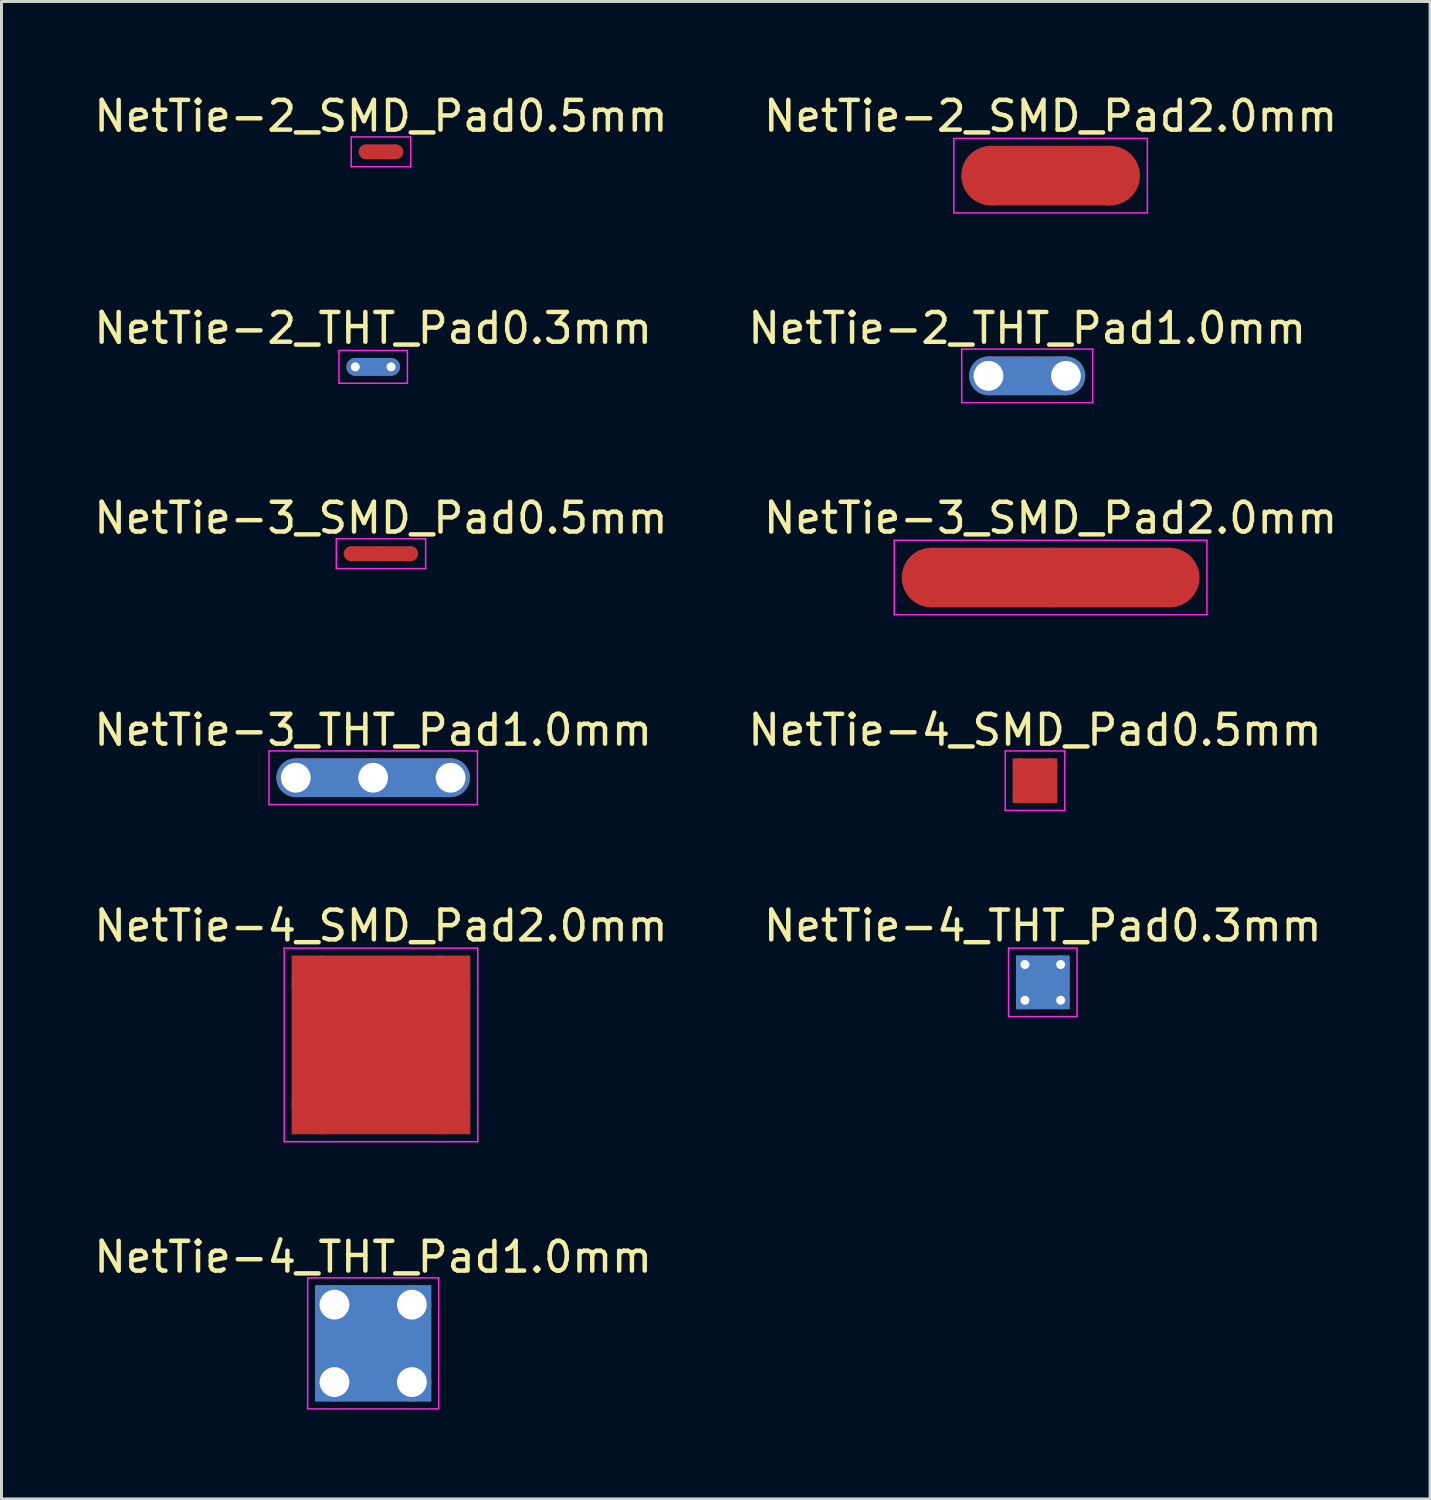
<source format=kicad_pcb>
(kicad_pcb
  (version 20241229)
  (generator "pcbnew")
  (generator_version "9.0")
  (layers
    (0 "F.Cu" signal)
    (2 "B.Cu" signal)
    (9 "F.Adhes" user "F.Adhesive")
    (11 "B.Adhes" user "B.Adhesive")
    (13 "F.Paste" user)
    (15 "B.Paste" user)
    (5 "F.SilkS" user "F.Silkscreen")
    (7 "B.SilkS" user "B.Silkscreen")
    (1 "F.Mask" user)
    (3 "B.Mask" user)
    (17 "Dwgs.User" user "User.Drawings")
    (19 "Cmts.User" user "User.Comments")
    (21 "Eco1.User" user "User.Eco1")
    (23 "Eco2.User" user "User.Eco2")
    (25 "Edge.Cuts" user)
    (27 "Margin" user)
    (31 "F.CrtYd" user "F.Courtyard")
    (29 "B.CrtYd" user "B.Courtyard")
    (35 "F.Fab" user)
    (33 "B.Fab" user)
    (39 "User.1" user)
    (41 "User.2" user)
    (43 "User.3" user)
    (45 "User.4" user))
  (footprint "NetTie-3_SMD_Pad2.0mm"
    (layer "F.Cu")
    (at 32.232 16.345)
    (property "Reference" "NetTie-3_SMD_Pad2.0mm" (at 0 -2 0) (layer "F.SilkS") (effects (font (size 1 1) (thickness 0.15))))
    (attr exclude_from_pos_files exclude_from_bom)
    (fp_poly (pts (xy -4 -1) (xy 4 -1) (xy 4 1) (xy -4 1)) (stroke (width 0) (type solid)) (fill yes) (layer "F.Cu"))
    (fp_line (start -5.25 -1.25) (end 5.25 -1.25) (stroke (width 0.05) (type solid)) (layer "F.CrtYd"))
    (fp_line (start -5.25 1.25) (end -5.25 -1.25) (stroke (width 0.05) (type solid)) (layer "F.CrtYd"))
    (fp_line (start 5.25 -1.25) (end 5.25 1.25) (stroke (width 0.05) (type solid)) (layer "F.CrtYd"))
    (fp_line (start 5.25 1.25) (end -5.25 1.25) (stroke (width 0.05) (type solid)) (layer "F.CrtYd"))
    (pad "1" smd circle (at -4 0) (size 2 2) (layers "F.Cu"))
    (pad "2" smd circle (at 0 0) (size 2 2) (layers "F.Cu"))
    (pad "3" smd circle (at 4 0) (size 2 2) (layers "F.Cu")))
  (footprint "NetTie-4_THT_Pad1.0mm"
    (layer "F.Cu")
    (at 8.182 40.764)
    (property "Reference" "NetTie-4_THT_Pad1.0mm" (at 1.3 -1.6 0) (layer "F.SilkS") (effects (font (size 1 1) (thickness 0.15))))
    (attr exclude_from_pos_files exclude_from_bom)
    (fp_poly (pts (xy -0.65 -0.65) (xy 3.25 -0.65) (xy 3.25 3.25) (xy -0.65 3.25)) (stroke (width 0) (type solid)) (fill yes) (layer "F.Cu"))
    (fp_poly (pts (xy -0.65 -0.65) (xy 3.25 -0.65) (xy 3.25 3.25) (xy -0.65 3.25)) (stroke (width 0) (type solid)) (fill yes) (layer "B.Cu"))
    (fp_line (start -0.9 -0.9) (end 3.5 -0.9) (stroke (width 0.05) (type solid)) (layer "F.CrtYd"))
    (fp_line (start -0.9 3.5) (end -0.9 -0.9) (stroke (width 0.05) (type solid)) (layer "F.CrtYd"))
    (fp_line (start 3.5 -0.9) (end 3.5 3.5) (stroke (width 0.05) (type solid)) (layer "F.CrtYd"))
    (fp_line (start 3.5 3.5) (end -0.9 3.5) (stroke (width 0.05) (type solid)) (layer "F.CrtYd"))
    (pad "1" thru_hole circle (at 0 0) (size 1.3 1.3) (drill 1) (layers "*.Cu"))
    (pad "2" thru_hole circle (at 2.6 0) (size 1.3 1.3) (drill 1) (layers "*.Cu"))
    (pad "3" thru_hole circle (at 0 2.6) (size 1.3 1.3) (drill 1) (layers "*.Cu"))
    (pad "4" thru_hole circle (at 2.6 2.6) (size 1.3 1.3) (drill 1) (layers "*.Cu")))
  (footprint "NetTie-4_THT_Pad0.3mm"
    (layer "F.Cu")
    (at 31.37 29.341)
    (property "Reference" "NetTie-4_THT_Pad0.3mm" (at 0.6 -1.3 0) (layer "F.SilkS") (effects (font (size 1 1) (thickness 0.15))))
    (attr exclude_from_pos_files exclude_from_bom)
    (fp_poly (pts (xy -0.3 -0.3) (xy 1.5 -0.3) (xy 1.5 1.5) (xy -0.3 1.5)) (stroke (width 0) (type solid)) (fill yes) (layer "F.Cu"))
    (fp_poly (pts (xy -0.3 -0.3) (xy 1.5 -0.3) (xy 1.5 1.5) (xy -0.3 1.5)) (stroke (width 0) (type solid)) (fill yes) (layer "B.Cu"))
    (fp_line (start -0.55 -0.55) (end 1.75 -0.55) (stroke (width 0.05) (type solid)) (layer "F.CrtYd"))
    (fp_line (start -0.55 1.75) (end -0.55 -0.55) (stroke (width 0.05) (type solid)) (layer "F.CrtYd"))
    (fp_line (start 1.75 -0.55) (end 1.75 1.75) (stroke (width 0.05) (type solid)) (layer "F.CrtYd"))
    (fp_line (start 1.75 1.75) (end -0.55 1.75) (stroke (width 0.05) (type solid)) (layer "F.CrtYd"))
    (pad "1" thru_hole circle (at 0 0) (size 0.6 0.6) (drill 0.3) (layers "*.Cu"))
    (pad "2" thru_hole circle (at 1.2 0) (size 0.6 0.6) (drill 0.3) (layers "*.Cu"))
    (pad "3" thru_hole circle (at 0 1.2) (size 0.6 0.6) (drill 0.3) (layers "*.Cu"))
    (pad "4" thru_hole circle (at 1.2 1.2) (size 0.6 0.6) (drill 0.3) (layers "*.Cu")))
  (footprint "NetTie-4_SMD_Pad0.5mm"
    (layer "F.Cu")
    (at 31.708 23.168)
    (property "Reference" "NetTie-4_SMD_Pad0.5mm" (at 0 -1.7 0) (layer "F.SilkS") (effects (font (size 1 1) (thickness 0.15))))
    (attr exclude_from_pos_files exclude_from_bom)
    (fp_poly (pts (xy -0.75 -0.75) (xy 0.75 -0.75) (xy 0.75 0.75) (xy -0.75 0.75)) (stroke (width 0) (type solid)) (fill yes) (layer "F.Cu"))
    (fp_line (start -1 -1) (end -1 1) (stroke (width 0.05) (type solid)) (layer "F.CrtYd"))
    (fp_line (start -1 1) (end 1 1) (stroke (width 0.05) (type solid)) (layer "F.CrtYd"))
    (fp_line (start 1 -1) (end -1 -1) (stroke (width 0.05) (type solid)) (layer "F.CrtYd"))
    (fp_line (start 1 1) (end 1 -1) (stroke (width 0.05) (type solid)) (layer "F.CrtYd"))
    (pad "1" smd circle (at -0.5 -0.5) (size 0.5 0.5) (layers "F.Cu"))
    (pad "2" smd circle (at 0.5 -0.5) (size 0.5 0.5) (layers "F.Cu"))
    (pad "3" smd circle (at -0.5 0.5) (size 0.5 0.5) (layers "F.Cu"))
    (pad "4" smd circle (at 0.5 0.5) (size 0.5 0.5) (layers "F.Cu")))
  (footprint "NetTie-2_SMD_Pad0.5mm"
    (layer "F.Cu")
    (at 9.744 2.048)
    (property "Reference" "NetTie-2_SMD_Pad0.5mm" (at 0 -1.2 0) (layer "F.SilkS") (effects (font (size 1 1) (thickness 0.15))))
    (attr exclude_from_pos_files exclude_from_bom)
    (fp_poly (pts (xy -0.5 -0.25) (xy 0.5 -0.25) (xy 0.5 0.25) (xy -0.5 0.25)) (stroke (width 0) (type solid)) (fill yes) (layer "F.Cu"))
    (fp_line (start -1 -0.5) (end -1 0.5) (stroke (width 0.05) (type solid)) (layer "F.CrtYd"))
    (fp_line (start -1 0.5) (end 1 0.5) (stroke (width 0.05) (type solid)) (layer "F.CrtYd"))
    (fp_line (start 1 -0.5) (end -1 -0.5) (stroke (width 0.05) (type solid)) (layer "F.CrtYd"))
    (fp_line (start 1 0.5) (end 1 -0.5) (stroke (width 0.05) (type solid)) (layer "F.CrtYd"))
    (pad "1" smd circle (at -0.5 0) (size 0.5 0.5) (layers "F.Cu"))
    (pad "2" smd circle (at 0.5 0) (size 0.5 0.5) (layers "F.Cu")))
  (footprint "NetTie-2_THT_Pad1.0mm"
    (layer "F.Cu")
    (at 30.146 9.572)
    (property "Reference" "NetTie-2_THT_Pad1.0mm" (at 1.3 -1.6 0) (layer "F.SilkS") (effects (font (size 1 1) (thickness 0.15))))
    (attr exclude_from_pos_files exclude_from_bom)
    (fp_poly (pts (xy 0 -0.65) (xy 2.6 -0.65) (xy 2.6 0.65) (xy 0 0.65)) (stroke (width 0) (type solid)) (fill yes) (layer "F.Cu"))
    (fp_poly (pts (xy 0 -0.65) (xy 2.6 -0.65) (xy 2.6 0.65) (xy 0 0.65)) (stroke (width 0) (type solid)) (fill yes) (layer "B.Cu"))
    (fp_line (start -0.9 -0.9) (end 3.5 -0.9) (stroke (width 0.05) (type solid)) (layer "F.CrtYd"))
    (fp_line (start -0.9 0.9) (end -0.9 -0.9) (stroke (width 0.05) (type solid)) (layer "F.CrtYd"))
    (fp_line (start 3.5 -0.9) (end 3.5 0.9) (stroke (width 0.05) (type solid)) (layer "F.CrtYd"))
    (fp_line (start 3.5 0.9) (end -0.9 0.9) (stroke (width 0.05) (type solid)) (layer "F.CrtYd"))
    (pad "1" thru_hole circle (at 0 0) (size 1.3 1.3) (drill 1) (layers "*.Cu"))
    (pad "2" thru_hole circle (at 2.6 0) (size 1.3 1.3) (drill 1) (layers "*.Cu")))
  (footprint "NetTie-3_THT_Pad1.0mm"
    (layer "F.Cu")
    (at 6.882 23.068)
    (property "Reference" "NetTie-3_THT_Pad1.0mm" (at 2.6 -1.6 0) (layer "F.SilkS") (effects (font (size 1 1) (thickness 0.15))))
    (attr exclude_from_pos_files exclude_from_bom)
    (fp_poly (pts (xy 0 -0.65) (xy 5.2 -0.65) (xy 5.2 0.65) (xy 0 0.65)) (stroke (width 0) (type solid)) (fill yes) (layer "F.Cu"))
    (fp_poly (pts (xy 0 -0.65) (xy 5.2 -0.65) (xy 5.2 0.65) (xy 0 0.65)) (stroke (width 0) (type solid)) (fill yes) (layer "B.Cu"))
    (fp_line (start -0.9 -0.9) (end 6.1 -0.9) (stroke (width 0.05) (type solid)) (layer "F.CrtYd"))
    (fp_line (start -0.9 0.9) (end -0.9 -0.9) (stroke (width 0.05) (type solid)) (layer "F.CrtYd"))
    (fp_line (start 6.1 -0.9) (end 6.1 0.9) (stroke (width 0.05) (type solid)) (layer "F.CrtYd"))
    (fp_line (start 6.1 0.9) (end -0.9 0.9) (stroke (width 0.05) (type solid)) (layer "F.CrtYd"))
    (pad "1" thru_hole circle (at 0 0) (size 1.3 1.3) (drill 1) (layers "*.Cu"))
    (pad "2" thru_hole circle (at 2.6 0) (size 1.3 1.3) (drill 1) (layers "*.Cu"))
    (pad "3" thru_hole circle (at 5.2 0) (size 1.3 1.3) (drill 1) (layers "*.Cu")))
  (footprint "NetTie-2_SMD_Pad2.0mm"
    (layer "F.Cu")
    (at 32.232 2.848)
    (property "Reference" "NetTie-2_SMD_Pad2.0mm" (at 0 -2 0) (layer "F.SilkS") (effects (font (size 1 1) (thickness 0.15))))
    (attr exclude_from_pos_files exclude_from_bom)
    (fp_poly (pts (xy -2 -1) (xy 2 -1) (xy 2 1) (xy -2 1)) (stroke (width 0) (type solid)) (fill yes) (layer "F.Cu"))
    (fp_line (start -3.25 -1.25) (end 3.25 -1.25) (stroke (width 0.05) (type solid)) (layer "F.CrtYd"))
    (fp_line (start -3.25 1.25) (end -3.25 -1.25) (stroke (width 0.05) (type solid)) (layer "F.CrtYd"))
    (fp_line (start 3.25 -1.25) (end 3.25 1.25) (stroke (width 0.05) (type solid)) (layer "F.CrtYd"))
    (fp_line (start 3.25 1.25) (end -3.25 1.25) (stroke (width 0.05) (type solid)) (layer "F.CrtYd"))
    (pad "1" smd circle (at -2 0) (size 2 2) (layers "F.Cu"))
    (pad "2" smd circle (at 2 0) (size 2 2) (layers "F.Cu")))
  (footprint "NetTie-3_SMD_Pad0.5mm"
    (layer "F.Cu")
    (at 9.744 15.545)
    (property "Reference" "NetTie-3_SMD_Pad0.5mm" (at 0 -1.2 0) (layer "F.SilkS") (effects (font (size 1 1) (thickness 0.15))))
    (attr exclude_from_pos_files exclude_from_bom)
    (fp_poly (pts (xy -1 -0.25) (xy 1 -0.25) (xy 1 0.25) (xy -1 0.25)) (stroke (width 0) (type solid)) (fill yes) (layer "F.Cu"))
    (fp_line (start -1.5 -0.5) (end -1.5 0.5) (stroke (width 0.05) (type solid)) (layer "F.CrtYd"))
    (fp_line (start -1.5 0.5) (end 1.5 0.5) (stroke (width 0.05) (type solid)) (layer "F.CrtYd"))
    (fp_line (start 1.5 -0.5) (end -1.5 -0.5) (stroke (width 0.05) (type solid)) (layer "F.CrtYd"))
    (fp_line (start 1.5 0.5) (end 1.5 -0.5) (stroke (width 0.05) (type solid)) (layer "F.CrtYd"))
    (pad "1" smd circle (at -1 0) (size 0.5 0.5) (layers "F.Cu"))
    (pad "2" smd circle (at 0 0) (size 0.5 0.5) (layers "F.Cu"))
    (pad "3" smd circle (at 1 0) (size 0.5 0.5) (layers "F.Cu")))
  (footprint "NetTie-2_THT_Pad0.3mm"
    (layer "F.Cu")
    (at 8.882 9.271)
    (property "Reference" "NetTie-2_THT_Pad0.3mm" (at 0.6 -1.3 0) (layer "F.SilkS") (effects (font (size 1 1) (thickness 0.15))))
    (attr exclude_from_pos_files exclude_from_bom)
    (fp_poly (pts (xy 0 -0.3) (xy 1.2 -0.3) (xy 1.2 0.3) (xy 0 0.3)) (stroke (width 0) (type solid)) (fill yes) (layer "F.Cu"))
    (fp_poly (pts (xy 0 -0.3) (xy 1.2 -0.3) (xy 1.2 0.3) (xy 0 0.3)) (stroke (width 0) (type solid)) (fill yes) (layer "B.Cu"))
    (fp_line (start -0.55 -0.55) (end 1.75 -0.55) (stroke (width 0.05) (type solid)) (layer "F.CrtYd"))
    (fp_line (start -0.55 0.55) (end -0.55 -0.55) (stroke (width 0.05) (type solid)) (layer "F.CrtYd"))
    (fp_line (start 1.75 -0.55) (end 1.75 0.55) (stroke (width 0.05) (type solid)) (layer "F.CrtYd"))
    (fp_line (start 1.75 0.55) (end -0.55 0.55) (stroke (width 0.05) (type solid)) (layer "F.CrtYd"))
    (pad "1" thru_hole circle (at 0 0) (size 0.6 0.6) (drill 0.3) (layers "*.Cu"))
    (pad "2" thru_hole circle (at 1.2 0) (size 0.6 0.6) (drill 0.3) (layers "*.Cu")))
  (footprint "NetTie-4_SMD_Pad2.0mm"
    (layer "F.Cu")
    (at 9.744 32.041)
    (property "Reference" "NetTie-4_SMD_Pad2.0mm" (at 0 -4 0) (layer "F.SilkS") (effects (font (size 1 1) (thickness 0.15))))
    (attr exclude_from_pos_files exclude_from_bom)
    (fp_poly (pts (xy -3 -3) (xy 3 -3) (xy 3 3) (xy -3 3)) (stroke (width 0) (type solid)) (fill yes) (layer "F.Cu"))
    (fp_line (start -3.25 -3.25) (end 3.25 -3.25) (stroke (width 0.05) (type solid)) (layer "F.CrtYd"))
    (fp_line (start -3.25 3.25) (end -3.25 -3.25) (stroke (width 0.05) (type solid)) (layer "F.CrtYd"))
    (fp_line (start 3.25 -3.25) (end 3.25 3.25) (stroke (width 0.05) (type solid)) (layer "F.CrtYd"))
    (fp_line (start 3.25 3.25) (end -3.25 3.25) (stroke (width 0.05) (type solid)) (layer "F.CrtYd"))
    (pad "1" smd circle (at -2 -2) (size 2 2) (layers "F.Cu"))
    (pad "2" smd circle (at 2 -2) (size 2 2) (layers "F.Cu"))
    (pad "3" smd circle (at -2 2) (size 2 2) (layers "F.Cu"))
    (pad "4" smd circle (at 2 2) (size 2 2) (layers "F.Cu")))
  (gr_rect
    (start -3 -3)
    (end 44.976 47.289)
    (stroke (width 0.1) (type default))
    (fill no)
    (layer "Edge.Cuts")))
</source>
